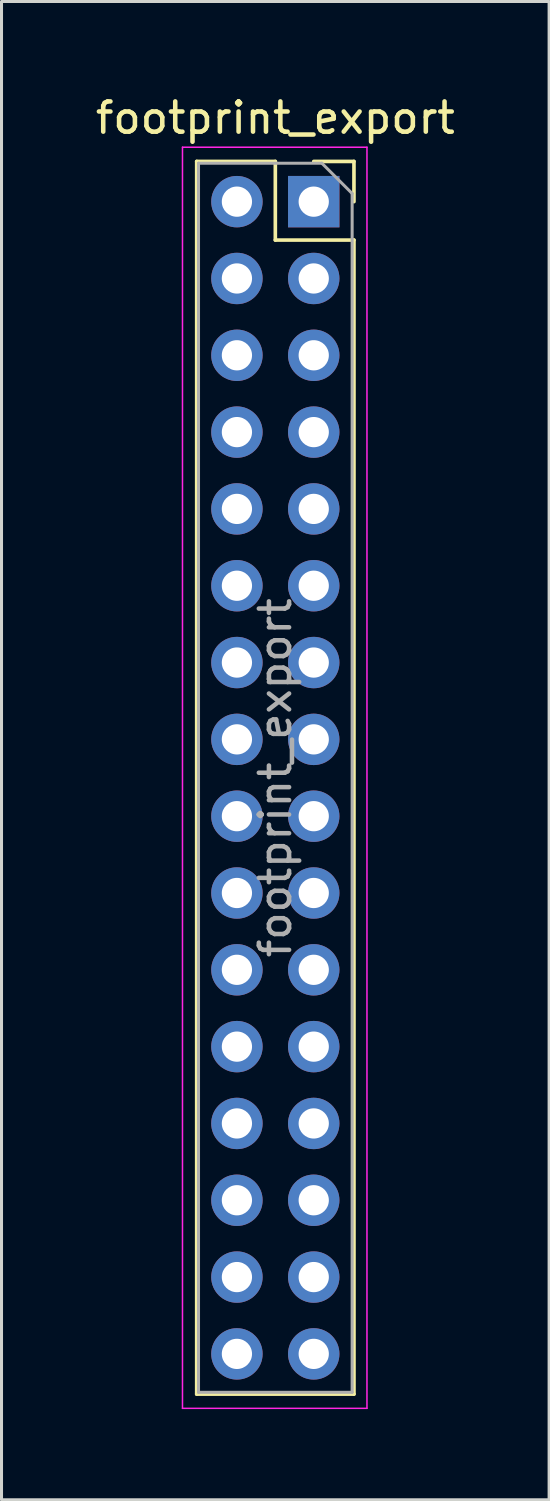
<source format=kicad_pcb>
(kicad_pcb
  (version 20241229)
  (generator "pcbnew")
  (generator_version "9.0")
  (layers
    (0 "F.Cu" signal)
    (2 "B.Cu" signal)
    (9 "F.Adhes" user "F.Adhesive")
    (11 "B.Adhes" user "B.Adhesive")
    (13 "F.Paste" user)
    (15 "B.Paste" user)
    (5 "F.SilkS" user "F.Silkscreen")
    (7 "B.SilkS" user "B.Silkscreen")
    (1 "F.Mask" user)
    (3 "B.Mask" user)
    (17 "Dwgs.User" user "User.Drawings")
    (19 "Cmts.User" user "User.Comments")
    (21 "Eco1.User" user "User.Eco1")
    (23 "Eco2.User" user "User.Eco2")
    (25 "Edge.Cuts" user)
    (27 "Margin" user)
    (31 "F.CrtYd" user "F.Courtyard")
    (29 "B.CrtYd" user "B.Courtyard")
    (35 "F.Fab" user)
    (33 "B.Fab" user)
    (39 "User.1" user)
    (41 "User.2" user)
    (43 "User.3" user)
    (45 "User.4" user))
  (footprint "footprint_export"
    (layer "F.Cu")
    (at 7.324 3.618)
    (property "Reference" "footprint_export" (at -1.27 -2.77 0) (layer "F.SilkS") (effects (font (size 1 1) (thickness 0.15))))
    (attr through_hole)
    (fp_line (start -3.87 -1.33) (end -3.87 39.43) (stroke (width 0.12) (type solid)) (layer "F.SilkS"))
    (fp_line (start -3.87 -1.33) (end -1.27 -1.33) (stroke (width 0.12) (type solid)) (layer "F.SilkS"))
    (fp_line (start -3.87 39.43) (end 1.33 39.43) (stroke (width 0.12) (type solid)) (layer "F.SilkS"))
    (fp_line (start -1.27 -1.33) (end -1.27 1.27) (stroke (width 0.12) (type solid)) (layer "F.SilkS"))
    (fp_line (start -1.27 1.27) (end 1.33 1.27) (stroke (width 0.12) (type solid)) (layer "F.SilkS"))
    (fp_line (start 0 -1.33) (end 1.33 -1.33) (stroke (width 0.12) (type solid)) (layer "F.SilkS"))
    (fp_line (start 1.33 -1.33) (end 1.33 0) (stroke (width 0.12) (type solid)) (layer "F.SilkS"))
    (fp_line (start 1.33 1.27) (end 1.33 39.43) (stroke (width 0.12) (type solid)) (layer "F.SilkS"))
    (fp_line (start -4.34 -1.8) (end 1.76 -1.8) (stroke (width 0.05) (type solid)) (layer "F.CrtYd"))
    (fp_line (start -4.34 39.9) (end -4.34 -1.8) (stroke (width 0.05) (type solid)) (layer "F.CrtYd"))
    (fp_line (start 1.76 -1.8) (end 1.76 39.9) (stroke (width 0.05) (type solid)) (layer "F.CrtYd"))
    (fp_line (start 1.76 39.9) (end -4.34 39.9) (stroke (width 0.05) (type solid)) (layer "F.CrtYd"))
    (fp_line (start -3.81 -1.27) (end 0.27 -1.27) (stroke (width 0.1) (type solid)) (layer "F.Fab"))
    (fp_line (start -3.81 39.37) (end -3.81 -1.27) (stroke (width 0.1) (type solid)) (layer "F.Fab"))
    (fp_line (start 0.27 -1.27) (end 1.27 -0.27) (stroke (width 0.1) (type solid)) (layer "F.Fab"))
    (fp_line (start 1.27 -0.27) (end 1.27 39.37) (stroke (width 0.1) (type solid)) (layer "F.Fab"))
    (fp_line (start 1.27 39.37) (end -3.81 39.37) (stroke (width 0.1) (type solid)) (layer "F.Fab"))
    (fp_text user "${REFERENCE}" (at -1.27 19.05 90) (layer "F.Fab") (effects (font (size 1 1) (thickness 0.15))))
    (pad "1" thru_hole rect (at 0 0) (size 1.7 1.7) (drill 1) (layers "*.Cu" "*.Mask"))
    (pad "2" thru_hole oval (at -2.54 0) (size 1.7 1.7) (drill 1) (layers "*.Cu" "*.Mask"))
    (pad "3" thru_hole oval (at 0 2.54) (size 1.7 1.7) (drill 1) (layers "*.Cu" "*.Mask"))
    (pad "4" thru_hole oval (at -2.54 2.54) (size 1.7 1.7) (drill 1) (layers "*.Cu" "*.Mask"))
    (pad "5" thru_hole oval (at 0 5.08) (size 1.7 1.7) (drill 1) (layers "*.Cu" "*.Mask"))
    (pad "6" thru_hole oval (at -2.54 5.08) (size 1.7 1.7) (drill 1) (layers "*.Cu" "*.Mask"))
    (pad "7" thru_hole oval (at 0 7.62) (size 1.7 1.7) (drill 1) (layers "*.Cu" "*.Mask"))
    (pad "8" thru_hole oval (at -2.54 7.62) (size 1.7 1.7) (drill 1) (layers "*.Cu" "*.Mask"))
    (pad "9" thru_hole oval (at 0 10.16) (size 1.7 1.7) (drill 1) (layers "*.Cu" "*.Mask"))
    (pad "10" thru_hole oval (at -2.54 10.16) (size 1.7 1.7) (drill 1) (layers "*.Cu" "*.Mask"))
    (pad "11" thru_hole oval (at 0 12.7) (size 1.7 1.7) (drill 1) (layers "*.Cu" "*.Mask"))
    (pad "12" thru_hole oval (at -2.54 12.7) (size 1.7 1.7) (drill 1) (layers "*.Cu" "*.Mask"))
    (pad "13" thru_hole oval (at 0 15.24) (size 1.7 1.7) (drill 1) (layers "*.Cu" "*.Mask"))
    (pad "14" thru_hole oval (at -2.54 15.24) (size 1.7 1.7) (drill 1) (layers "*.Cu" "*.Mask"))
    (pad "15" thru_hole oval (at 0 17.78) (size 1.7 1.7) (drill 1) (layers "*.Cu" "*.Mask"))
    (pad "16" thru_hole oval (at -2.54 17.78) (size 1.7 1.7) (drill 1) (layers "*.Cu" "*.Mask"))
    (pad "17" thru_hole oval (at 0 20.32) (size 1.7 1.7) (drill 1) (layers "*.Cu" "*.Mask"))
    (pad "18" thru_hole oval (at -2.54 20.32) (size 1.7 1.7) (drill 1) (layers "*.Cu" "*.Mask"))
    (pad "19" thru_hole oval (at 0 22.86) (size 1.7 1.7) (drill 1) (layers "*.Cu" "*.Mask"))
    (pad "20" thru_hole oval (at -2.54 22.86) (size 1.7 1.7) (drill 1) (layers "*.Cu" "*.Mask"))
    (pad "21" thru_hole oval (at 0 25.4) (size 1.7 1.7) (drill 1) (layers "*.Cu" "*.Mask"))
    (pad "22" thru_hole oval (at -2.54 25.4) (size 1.7 1.7) (drill 1) (layers "*.Cu" "*.Mask"))
    (pad "23" thru_hole oval (at 0 27.94) (size 1.7 1.7) (drill 1) (layers "*.Cu" "*.Mask"))
    (pad "24" thru_hole oval (at -2.54 27.94) (size 1.7 1.7) (drill 1) (layers "*.Cu" "*.Mask"))
    (pad "25" thru_hole oval (at 0 30.48) (size 1.7 1.7) (drill 1) (layers "*.Cu" "*.Mask"))
    (pad "26" thru_hole oval (at -2.54 30.48) (size 1.7 1.7) (drill 1) (layers "*.Cu" "*.Mask"))
    (pad "27" thru_hole oval (at 0 33.02) (size 1.7 1.7) (drill 1) (layers "*.Cu" "*.Mask"))
    (pad "28" thru_hole oval (at -2.54 33.02) (size 1.7 1.7) (drill 1) (layers "*.Cu" "*.Mask"))
    (pad "29" thru_hole oval (at 0 35.56) (size 1.7 1.7) (drill 1) (layers "*.Cu" "*.Mask"))
    (pad "30" thru_hole oval (at -2.54 35.56) (size 1.7 1.7) (drill 1) (layers "*.Cu" "*.Mask"))
    (pad "31" thru_hole oval (at 0 38.1) (size 1.7 1.7) (drill 1) (layers "*.Cu" "*.Mask"))
    (pad "32" thru_hole oval (at -2.54 38.1) (size 1.7 1.7) (drill 1) (layers "*.Cu" "*.Mask")))
  (gr_rect
    (start -3 -3)
    (end 15.107 46.543)
    (stroke (width 0.1) (type default))
    (fill no)
    (layer "Edge.Cuts")))
</source>
